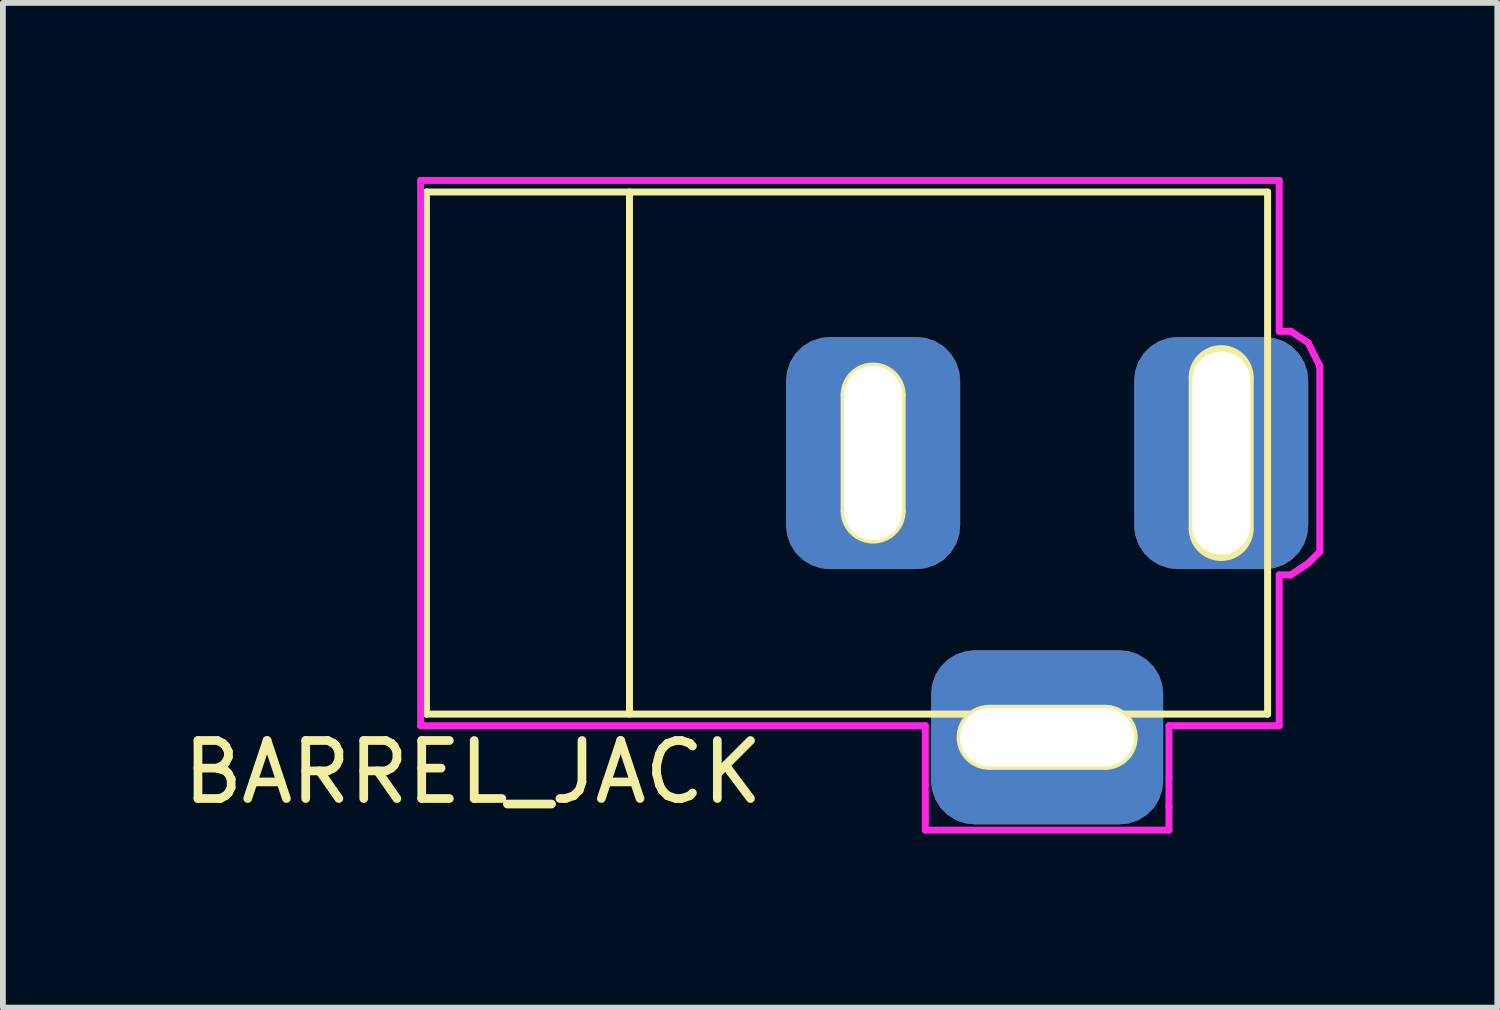
<source format=kicad_pcb>
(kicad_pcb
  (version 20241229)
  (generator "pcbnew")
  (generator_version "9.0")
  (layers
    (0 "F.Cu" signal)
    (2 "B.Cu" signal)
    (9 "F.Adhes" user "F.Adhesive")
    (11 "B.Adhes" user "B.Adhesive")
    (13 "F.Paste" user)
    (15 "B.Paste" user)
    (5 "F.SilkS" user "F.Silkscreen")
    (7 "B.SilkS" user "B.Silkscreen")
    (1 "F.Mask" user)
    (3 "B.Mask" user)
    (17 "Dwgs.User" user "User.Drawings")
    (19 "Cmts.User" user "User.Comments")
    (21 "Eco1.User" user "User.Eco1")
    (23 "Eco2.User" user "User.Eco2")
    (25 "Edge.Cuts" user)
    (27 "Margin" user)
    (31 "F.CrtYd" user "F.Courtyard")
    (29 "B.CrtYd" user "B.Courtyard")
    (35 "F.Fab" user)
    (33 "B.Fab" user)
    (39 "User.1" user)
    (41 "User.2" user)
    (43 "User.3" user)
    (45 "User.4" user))
  (footprint "BARREL_JACK"
    (layer "F.Cu")
    (at 12.016 4.761)
    (property "Reference" "BARREL_JACK" (at -6.915 5.499 0) (layer "F.SilkS") (effects (font (size 1 1) (thickness 0.15))))
    (attr through_hole)
    (fp_line (start -7.715 -4.501) (end -7.715 4.499) (stroke (width 0.12) (type solid)) (layer "F.SilkS"))
    (fp_line (start -7.715 4.499) (end 6.785 4.499) (stroke (width 0.12) (type solid)) (layer "F.SilkS"))
    (fp_line (start -4.215 4.499) (end -4.215 -4.501) (stroke (width 0.12) (type solid)) (layer "F.SilkS"))
    (fp_line (start -0.515 0.999) (end -0.515 -1.001) (stroke (width 0.12) (type solid)) (layer "F.SilkS"))
    (fp_line (start 0.485 -1.001) (end 0.485 0.999) (stroke (width 0.12) (type solid)) (layer "F.SilkS"))
    (fp_line (start 1.985 4.399) (end 3.985 4.399) (stroke (width 0.12) (type solid)) (layer "F.SilkS"))
    (fp_line (start 1.985 5.399) (end 3.985 5.399) (stroke (width 0.12) (type solid)) (layer "F.SilkS"))
    (fp_line (start 5.485 1.299) (end 5.485 -1.301) (stroke (width 0.12) (type solid)) (layer "F.SilkS"))
    (fp_line (start 6.485 -1.301) (end 6.485 1.299) (stroke (width 0.12) (type solid)) (layer "F.SilkS"))
    (fp_line (start 6.785 -4.501) (end -7.715 -4.501) (stroke (width 0.12) (type solid)) (layer "F.SilkS"))
    (fp_line (start 6.785 4.499) (end 6.785 -4.501) (stroke (width 0.12) (type solid)) (layer "F.SilkS"))
    (fp_arc (start -0.515 -1.001) (mid -0.015 -1.501) (end 0.485 -1.001) (stroke (width 0.12) (type solid)) (layer "F.SilkS"))
    (fp_arc (start 0.485 0.999) (mid -0.015 1.499) (end -0.515 0.999) (stroke (width 0.12) (type solid)) (layer "F.SilkS"))
    (fp_arc (start 1.985 5.399) (mid 1.485 4.899) (end 1.985 4.399) (stroke (width 0.12) (type solid)) (layer "F.SilkS"))
    (fp_arc (start 3.985 4.399) (mid 4.485 4.899) (end 3.985 5.399) (stroke (width 0.12) (type solid)) (layer "F.SilkS"))
    (fp_arc (start 5.485 -1.301) (mid 5.985 -1.801) (end 6.485 -1.301) (stroke (width 0.12) (type solid)) (layer "F.SilkS"))
    (fp_arc (start 6.485 1.299) (mid 5.985 1.799) (end 5.485 1.299) (stroke (width 0.12) (type solid)) (layer "F.SilkS"))
    (fp_line (start -7.815 -4.701) (end 6.985 -4.701) (stroke (width 0.12) (type solid)) (layer "F.CrtYd"))
    (fp_line (start -7.815 4.699) (end -7.815 -4.701) (stroke (width 0.12) (type solid)) (layer "F.CrtYd"))
    (fp_line (start 0.885 4.699) (end -7.815 4.699) (stroke (width 0.12) (type solid)) (layer "F.CrtYd"))
    (fp_line (start 0.885 6.499) (end 0.885 4.699) (stroke (width 0.12) (type solid)) (layer "F.CrtYd"))
    (fp_line (start 5.085 4.699) (end 5.085 5.599) (stroke (width 0.12) (type solid)) (layer "F.CrtYd"))
    (fp_line (start 5.085 5.599) (end 5.085 6.099) (stroke (width 0.12) (type solid)) (layer "F.CrtYd"))
    (fp_line (start 5.085 6.099) (end 5.085 6.499) (stroke (width 0.12) (type solid)) (layer "F.CrtYd"))
    (fp_line (start 5.085 6.499) (end 0.885 6.499) (stroke (width 0.12) (type solid)) (layer "F.CrtYd"))
    (fp_line (start 6.985 -4.701) (end 6.985 -2.101) (stroke (width 0.12) (type solid)) (layer "F.CrtYd"))
    (fp_line (start 6.985 -2.101) (end 7.185 -2.101) (stroke (width 0.12) (type solid)) (layer "F.CrtYd"))
    (fp_line (start 6.985 2.099) (end 6.985 4.699) (stroke (width 0.12) (type solid)) (layer "F.CrtYd"))
    (fp_line (start 6.985 4.699) (end 5.085 4.699) (stroke (width 0.12) (type solid)) (layer "F.CrtYd"))
    (fp_line (start 7.185 -2.101) (end 7.485 -1.901) (stroke (width 0.12) (type solid)) (layer "F.CrtYd"))
    (fp_line (start 7.185 2.099) (end 6.985 2.099) (stroke (width 0.12) (type solid)) (layer "F.CrtYd"))
    (fp_line (start 7.485 -1.901) (end 7.685 -1.501) (stroke (width 0.12) (type solid)) (layer "F.CrtYd"))
    (fp_line (start 7.485 1.899) (end 7.185 2.099) (stroke (width 0.12) (type solid)) (layer "F.CrtYd"))
    (fp_line (start 7.685 -1.501) (end 7.685 1.699) (stroke (width 0.12) (type solid)) (layer "F.CrtYd"))
    (fp_line (start 7.685 1.699) (end 7.485 1.899) (stroke (width 0.12) (type solid)) (layer "F.CrtYd"))
    (pad "1" thru_hole roundrect (at 5.985 -0.001) (size 3 4) (drill oval 1 3.5) (layers "*.Cu" "*.Mask") (roundrect_rratio 0.25))
    (pad "2" thru_hole roundrect (at -0.015 -0.001) (size 3 4) (drill oval 1 3) (layers "*.Cu" "*.Mask") (roundrect_rratio 0.25))
    (pad "3" thru_hole roundrect (at 2.985 4.899) (size 4 3) (drill oval 3 1) (layers "*.Cu" "*.Mask") (roundrect_rratio 0.25)))
  (gr_rect
    (start -3 -3)
    (end 22.761 14.32)
    (stroke (width 0.1) (type default))
    (fill no)
    (layer "Edge.Cuts")))
</source>
